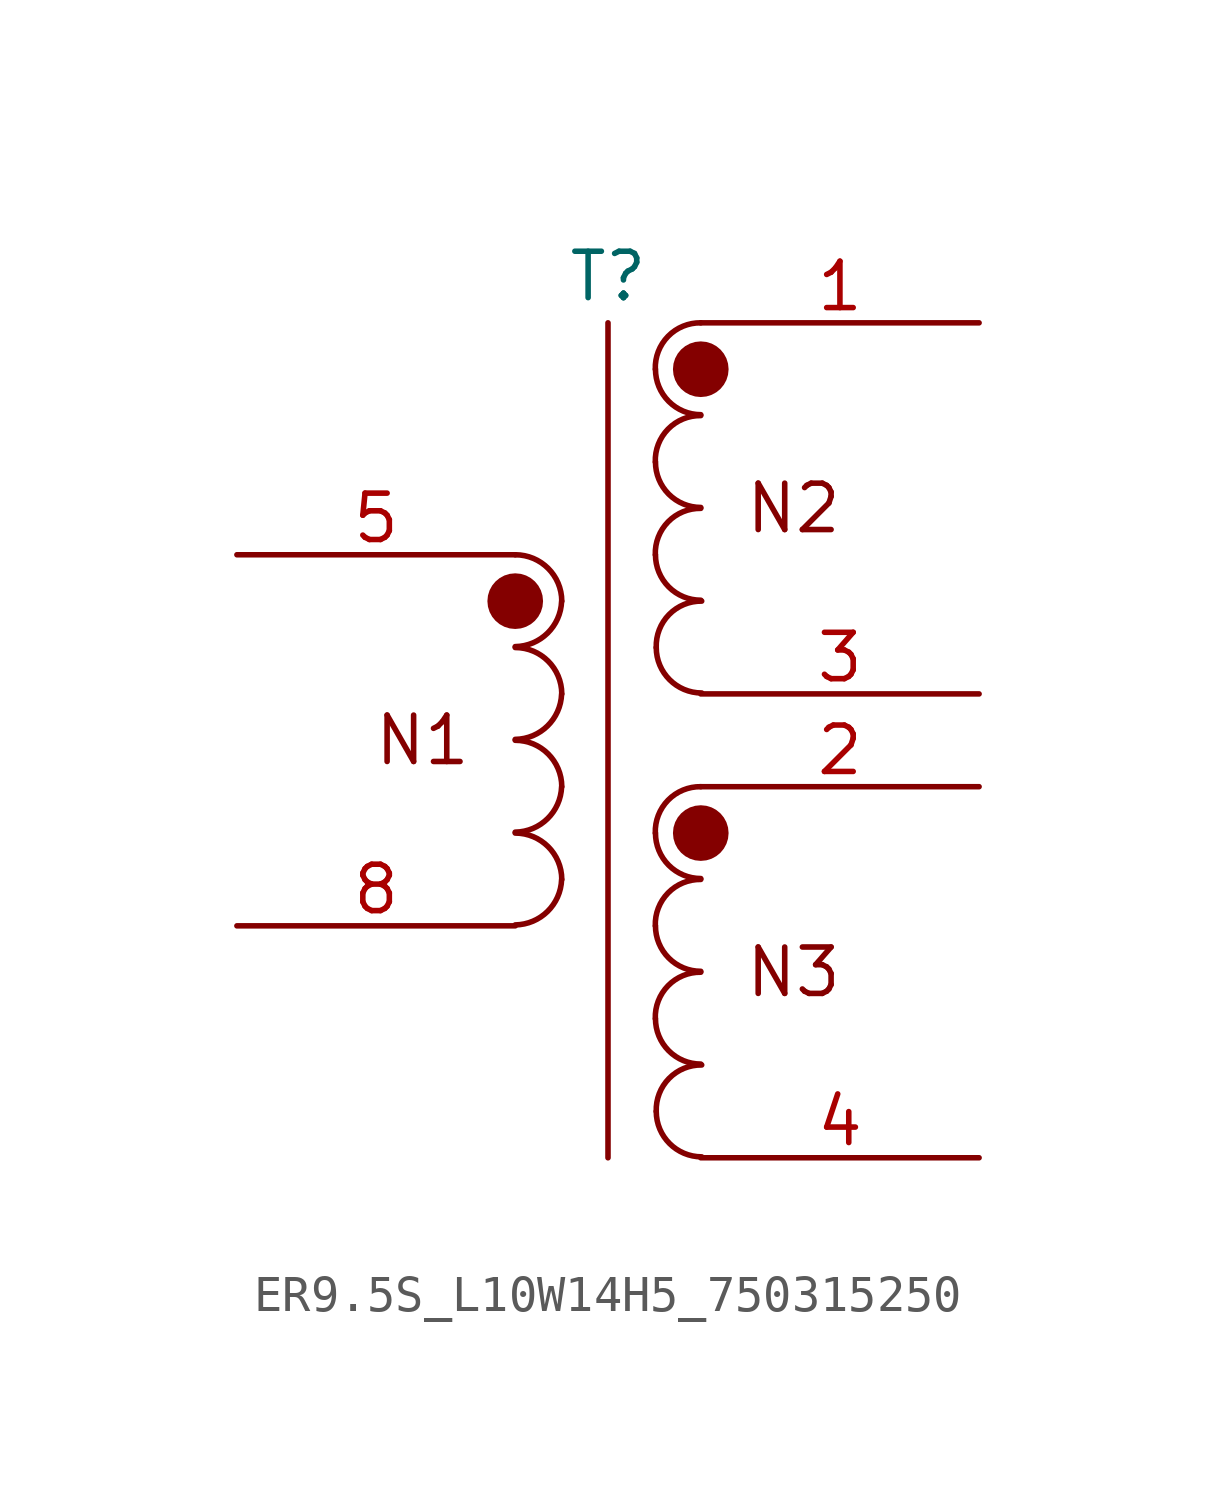
<source format=kicad_sym>
(kicad_symbol_lib
  (version 20220914)
  (generator kicad_symbol_editor)
  (symbol "ER9.5S_L10W14H5_750315250"
    (pin_names hide)
    (property "Reference" "T"
      (at 0 12.7 0)
      (effects (font (size 1.27 1.27))))
    (symbol "ER9.5S_L10W14H5_750315250_0_1"
      (arc (start -2.54 -5.0546) (mid -1.6599 -4.6901) (end -1.27 -3.81) (stroke (width 0) (type default)) (fill (type none)))
      (arc (start -2.54 -2.5146) (mid -1.6599 -2.1501) (end -1.27 -1.27) (stroke (width 0) (type default)) (fill (type none)))
      (arc (start -2.54 0.0254) (mid -1.6599 0.3899) (end -1.27 1.27) (stroke (width 0) (type default)) (fill (type none)))
      (arc (start -2.54 2.5654) (mid -1.6599 2.9299) (end -1.27 3.81) (stroke (width 0) (type default)) (fill (type none)))
      (arc (start -1.27 -3.81) (mid -1.642 -2.912) (end -2.54 -2.54) (stroke (width 0) (type default)) (fill (type none)))
      (arc (start -1.27 -1.27) (mid -1.642 -0.372) (end -2.54 0) (stroke (width 0) (type default)) (fill (type none)))
      (arc (start -1.27 1.27) (mid -1.642 2.168) (end -2.54 2.54) (stroke (width 0) (type default)) (fill (type none)))
      (arc (start -1.27 3.81) (mid -1.642 4.708) (end -2.54 5.08) (stroke (width 0) (type default)) (fill (type none)))
      (polyline (pts (xy 0 11.43) (xy 0 -11.43)) (stroke (width 0) (type default)) (fill (type none)))
      (arc (start 1.2954 -7.62) (mid 1.6599 -8.5001) (end 2.54 -8.8646) (stroke (width 0) (type default)) (fill (type none)))
      (arc (start 1.2954 -5.08) (mid 1.6599 -5.9601) (end 2.54 -6.3246) (stroke (width 0) (type default)) (fill (type none)))
      (arc (start 1.2954 -2.54) (mid 1.6599 -3.4201) (end 2.54 -3.7846) (stroke (width 0) (type default)) (fill (type none)))
      (arc (start 1.2954 5.08) (mid 1.6599 4.1999) (end 2.54 3.8354) (stroke (width 0) (type default)) (fill (type none)))
      (arc (start 1.2954 7.62) (mid 1.6599 6.7399) (end 2.54 6.3754) (stroke (width 0) (type default)) (fill (type none)))
      (arc (start 1.2954 10.16) (mid 1.6599 9.2799) (end 2.54 8.9154) (stroke (width 0) (type default)) (fill (type none)))
      (arc (start 1.3208 -10.16) (mid 1.6855 -11.0399) (end 2.5654 -11.4046) (stroke (width 0) (type default)) (fill (type none)))
      (arc (start 1.3208 2.54) (mid 1.6854 1.6601) (end 2.5654 1.2954) (stroke (width 0) (type default)) (fill (type none)))
      (arc (start 2.54 -6.35) (mid 1.6458 -6.7185) (end 1.2954 -7.62) (stroke (width 0) (type default)) (fill (type none)))
      (arc (start 2.54 -3.81) (mid 1.6458 -4.1785) (end 1.2954 -5.08) (stroke (width 0) (type default)) (fill (type none)))
      (arc (start 2.54 -1.27) (mid 1.6458 -1.6385) (end 1.2954 -2.54) (stroke (width 0) (type default)) (fill (type none)))
      (arc (start 2.54 6.35) (mid 1.6458 5.9815) (end 1.2954 5.08) (stroke (width 0) (type default)) (fill (type none)))
      (arc (start 2.54 8.89) (mid 1.6458 8.5215) (end 1.2954 7.62) (stroke (width 0) (type default)) (fill (type none)))
      (arc (start 2.54 11.43) (mid 1.6458 11.0615) (end 1.2954 10.16) (stroke (width 0) (type default)) (fill (type none)))
      (arc (start 2.5654 -8.89) (mid 1.6709 -9.2583) (end 1.3208 -10.16) (stroke (width 0) (type default)) (fill (type none)))
      (arc (start 2.5654 3.81) (mid 1.6709 3.4417) (end 1.3208 2.54) (stroke (width 0) (type default)) (fill (type none))))
    (symbol "ER9.5S_L10W14H5_750315250_1_1"
      (circle (center -2.54 3.81) (radius 0.0001) (stroke (width 0.762) (type default)) (fill (type none)))
      (circle (center 2.54 -2.54) (radius 0.0001) (stroke (width 0.762) (type default)) (fill (type none)))
      (circle (center 2.54 10.16) (radius 0.0001) (stroke (width 0.762) (type default)) (fill (type none)))
      (text "N1" (at -5.08 0 0) (effects (font (size 1.27 1.27))))
      (text "N2" (at 5.08 6.35 0) (effects (font (size 1.27 1.27))))
      (text "N3" (at 5.08 -6.35 0) (effects (font (size 1.27 1.27))))
      (pin passive line (at 10.16 11.43 180) (length 7.62) (name "1" (effects (font (size 1.27 1.27)))) (number "1" (effects (font (size 1.27 1.27)))))
      (pin passive line (at 10.16 -1.27 180) (length 7.62) (name "2" (effects (font (size 1.27 1.27)))) (number "2" (effects (font (size 1.27 1.27)))))
      (pin passive line (at 10.16 1.27 180) (length 7.62) (name "3" (effects (font (size 1.27 1.27)))) (number "3" (effects (font (size 1.27 1.27)))))
      (pin passive line (at 10.16 -11.43 180) (length 7.62) (name "4" (effects (font (size 1.27 1.27)))) (number "4" (effects (font (size 1.27 1.27)))))
      (pin passive line (at -10.16 5.08 0) (length 7.62) (name "5" (effects (font (size 1.27 1.27)))) (number "5" (effects (font (size 1.27 1.27)))))
      (pin passive line (at -10.16 -5.08 0) (length 7.62) (name "8" (effects (font (size 1.27 1.27)))) (number "8" (effects (font (size 1.27 1.27))))))))
</source>
